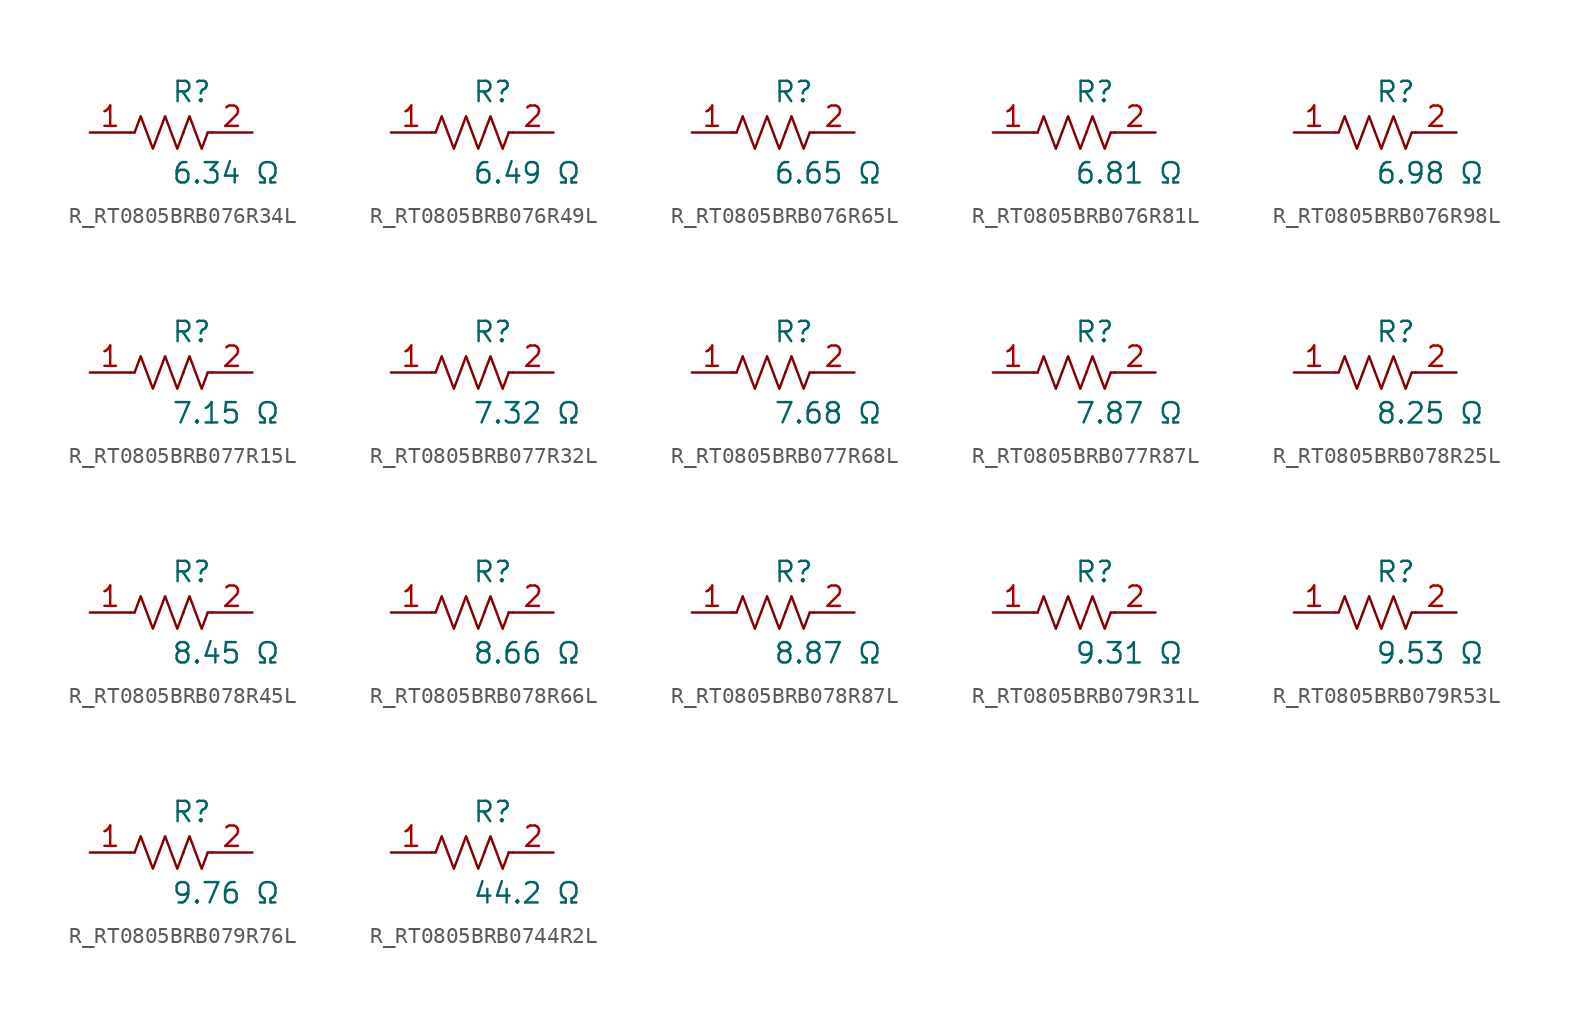
<source format=kicad_sym>
(kicad_symbol_lib
  (version 20231120)
  (generator kicad_symbol_editor)
  (generator_version 8.0)
  (symbol "R_RT0805BRB076R34L"
    (pin_names
      (offset 0.254))
    (property "Reference" "R"
      (at 0.0 2.54 0)
      (effects (font (size 1.27 1.27)) (justify left)))
    (property "Value" "6.34 Ω"
      (at 0.0 -2.54 0)
      (effects (font (size 1.27 1.27)) (justify left)))
    (symbol "R_RT0805BRB076R34L_0_1"
      (polyline (pts (xy 2.286 0) (xy 2.54 0)) (stroke (width 0) (type default)) (fill (type none)))
      (polyline (pts (xy -2.286 0) (xy -2.54 0)) (stroke (width 0) (type default)) (fill (type none)))
      (polyline (pts (xy 0.762 0) (xy 1.143 1.016) (xy 1.524 0) (xy 1.905 -1.016) (xy 2.286 0)) (stroke (width 0) (type default)) (fill (type none)))
      (polyline (pts (xy -0.762 0) (xy -0.381 1.016) (xy 0 0) (xy 0.381 -1.016) (xy 0.762 0)) (stroke (width 0) (type default)) (fill (type none)))
      (polyline (pts (xy -2.286 0) (xy -1.905 1.016) (xy -1.524 0) (xy -1.143 -1.016) (xy -0.762 0)) (stroke (width 0) (type default)) (fill (type none))))
    (pin unspecified line
      (at -5.08 0 0)
      (length 2.54)
      (name "" (effects (font (size 1.27 1.27))))
      (number "1" (effects (font (size 1.27 1.27)))))
    (pin unspecified line
      (at 5.08 0 180)
      (length 2.54)
      (name "" (effects (font (size 1.27 1.27))))
      (number "2" (effects (font (size 1.27 1.27))))))
  (symbol "R_RT0805BRB076R49L"
    (pin_names
      (offset 0.254))
    (property "Reference" "R"
      (at 0.0 2.54 0)
      (effects (font (size 1.27 1.27)) (justify left)))
    (property "Value" "6.49 Ω"
      (at 0.0 -2.54 0)
      (effects (font (size 1.27 1.27)) (justify left)))
    (symbol "R_RT0805BRB076R49L_0_1"
      (polyline (pts (xy 2.286 0) (xy 2.54 0)) (stroke (width 0) (type default)) (fill (type none)))
      (polyline (pts (xy -2.286 0) (xy -2.54 0)) (stroke (width 0) (type default)) (fill (type none)))
      (polyline (pts (xy 0.762 0) (xy 1.143 1.016) (xy 1.524 0) (xy 1.905 -1.016) (xy 2.286 0)) (stroke (width 0) (type default)) (fill (type none)))
      (polyline (pts (xy -0.762 0) (xy -0.381 1.016) (xy 0 0) (xy 0.381 -1.016) (xy 0.762 0)) (stroke (width 0) (type default)) (fill (type none)))
      (polyline (pts (xy -2.286 0) (xy -1.905 1.016) (xy -1.524 0) (xy -1.143 -1.016) (xy -0.762 0)) (stroke (width 0) (type default)) (fill (type none))))
    (pin unspecified line
      (at -5.08 0 0)
      (length 2.54)
      (name "" (effects (font (size 1.27 1.27))))
      (number "1" (effects (font (size 1.27 1.27)))))
    (pin unspecified line
      (at 5.08 0 180)
      (length 2.54)
      (name "" (effects (font (size 1.27 1.27))))
      (number "2" (effects (font (size 1.27 1.27))))))
  (symbol "R_RT0805BRB076R65L"
    (pin_names
      (offset 0.254))
    (property "Reference" "R"
      (at 0.0 2.54 0)
      (effects (font (size 1.27 1.27)) (justify left)))
    (property "Value" "6.65 Ω"
      (at 0.0 -2.54 0)
      (effects (font (size 1.27 1.27)) (justify left)))
    (symbol "R_RT0805BRB076R65L_0_1"
      (polyline (pts (xy 2.286 0) (xy 2.54 0)) (stroke (width 0) (type default)) (fill (type none)))
      (polyline (pts (xy -2.286 0) (xy -2.54 0)) (stroke (width 0) (type default)) (fill (type none)))
      (polyline (pts (xy 0.762 0) (xy 1.143 1.016) (xy 1.524 0) (xy 1.905 -1.016) (xy 2.286 0)) (stroke (width 0) (type default)) (fill (type none)))
      (polyline (pts (xy -0.762 0) (xy -0.381 1.016) (xy 0 0) (xy 0.381 -1.016) (xy 0.762 0)) (stroke (width 0) (type default)) (fill (type none)))
      (polyline (pts (xy -2.286 0) (xy -1.905 1.016) (xy -1.524 0) (xy -1.143 -1.016) (xy -0.762 0)) (stroke (width 0) (type default)) (fill (type none))))
    (pin unspecified line
      (at -5.08 0 0)
      (length 2.54)
      (name "" (effects (font (size 1.27 1.27))))
      (number "1" (effects (font (size 1.27 1.27)))))
    (pin unspecified line
      (at 5.08 0 180)
      (length 2.54)
      (name "" (effects (font (size 1.27 1.27))))
      (number "2" (effects (font (size 1.27 1.27))))))
  (symbol "R_RT0805BRB076R81L"
    (pin_names
      (offset 0.254))
    (property "Reference" "R"
      (at 0.0 2.54 0)
      (effects (font (size 1.27 1.27)) (justify left)))
    (property "Value" "6.81 Ω"
      (at 0.0 -2.54 0)
      (effects (font (size 1.27 1.27)) (justify left)))
    (symbol "R_RT0805BRB076R81L_0_1"
      (polyline (pts (xy 2.286 0) (xy 2.54 0)) (stroke (width 0) (type default)) (fill (type none)))
      (polyline (pts (xy -2.286 0) (xy -2.54 0)) (stroke (width 0) (type default)) (fill (type none)))
      (polyline (pts (xy 0.762 0) (xy 1.143 1.016) (xy 1.524 0) (xy 1.905 -1.016) (xy 2.286 0)) (stroke (width 0) (type default)) (fill (type none)))
      (polyline (pts (xy -0.762 0) (xy -0.381 1.016) (xy 0 0) (xy 0.381 -1.016) (xy 0.762 0)) (stroke (width 0) (type default)) (fill (type none)))
      (polyline (pts (xy -2.286 0) (xy -1.905 1.016) (xy -1.524 0) (xy -1.143 -1.016) (xy -0.762 0)) (stroke (width 0) (type default)) (fill (type none))))
    (pin unspecified line
      (at -5.08 0 0)
      (length 2.54)
      (name "" (effects (font (size 1.27 1.27))))
      (number "1" (effects (font (size 1.27 1.27)))))
    (pin unspecified line
      (at 5.08 0 180)
      (length 2.54)
      (name "" (effects (font (size 1.27 1.27))))
      (number "2" (effects (font (size 1.27 1.27))))))
  (symbol "R_RT0805BRB076R98L"
    (pin_names
      (offset 0.254))
    (property "Reference" "R"
      (at 0.0 2.54 0)
      (effects (font (size 1.27 1.27)) (justify left)))
    (property "Value" "6.98 Ω"
      (at 0.0 -2.54 0)
      (effects (font (size 1.27 1.27)) (justify left)))
    (symbol "R_RT0805BRB076R98L_0_1"
      (polyline (pts (xy 2.286 0) (xy 2.54 0)) (stroke (width 0) (type default)) (fill (type none)))
      (polyline (pts (xy -2.286 0) (xy -2.54 0)) (stroke (width 0) (type default)) (fill (type none)))
      (polyline (pts (xy 0.762 0) (xy 1.143 1.016) (xy 1.524 0) (xy 1.905 -1.016) (xy 2.286 0)) (stroke (width 0) (type default)) (fill (type none)))
      (polyline (pts (xy -0.762 0) (xy -0.381 1.016) (xy 0 0) (xy 0.381 -1.016) (xy 0.762 0)) (stroke (width 0) (type default)) (fill (type none)))
      (polyline (pts (xy -2.286 0) (xy -1.905 1.016) (xy -1.524 0) (xy -1.143 -1.016) (xy -0.762 0)) (stroke (width 0) (type default)) (fill (type none))))
    (pin unspecified line
      (at -5.08 0 0)
      (length 2.54)
      (name "" (effects (font (size 1.27 1.27))))
      (number "1" (effects (font (size 1.27 1.27)))))
    (pin unspecified line
      (at 5.08 0 180)
      (length 2.54)
      (name "" (effects (font (size 1.27 1.27))))
      (number "2" (effects (font (size 1.27 1.27))))))
  (symbol "R_RT0805BRB077R15L"
    (pin_names
      (offset 0.254))
    (property "Reference" "R"
      (at 0.0 2.54 0)
      (effects (font (size 1.27 1.27)) (justify left)))
    (property "Value" "7.15 Ω"
      (at 0.0 -2.54 0)
      (effects (font (size 1.27 1.27)) (justify left)))
    (symbol "R_RT0805BRB077R15L_0_1"
      (polyline (pts (xy 2.286 0) (xy 2.54 0)) (stroke (width 0) (type default)) (fill (type none)))
      (polyline (pts (xy -2.286 0) (xy -2.54 0)) (stroke (width 0) (type default)) (fill (type none)))
      (polyline (pts (xy 0.762 0) (xy 1.143 1.016) (xy 1.524 0) (xy 1.905 -1.016) (xy 2.286 0)) (stroke (width 0) (type default)) (fill (type none)))
      (polyline (pts (xy -0.762 0) (xy -0.381 1.016) (xy 0 0) (xy 0.381 -1.016) (xy 0.762 0)) (stroke (width 0) (type default)) (fill (type none)))
      (polyline (pts (xy -2.286 0) (xy -1.905 1.016) (xy -1.524 0) (xy -1.143 -1.016) (xy -0.762 0)) (stroke (width 0) (type default)) (fill (type none))))
    (pin unspecified line
      (at -5.08 0 0)
      (length 2.54)
      (name "" (effects (font (size 1.27 1.27))))
      (number "1" (effects (font (size 1.27 1.27)))))
    (pin unspecified line
      (at 5.08 0 180)
      (length 2.54)
      (name "" (effects (font (size 1.27 1.27))))
      (number "2" (effects (font (size 1.27 1.27))))))
  (symbol "R_RT0805BRB077R32L"
    (pin_names
      (offset 0.254))
    (property "Reference" "R"
      (at 0.0 2.54 0)
      (effects (font (size 1.27 1.27)) (justify left)))
    (property "Value" "7.32 Ω"
      (at 0.0 -2.54 0)
      (effects (font (size 1.27 1.27)) (justify left)))
    (symbol "R_RT0805BRB077R32L_0_1"
      (polyline (pts (xy 2.286 0) (xy 2.54 0)) (stroke (width 0) (type default)) (fill (type none)))
      (polyline (pts (xy -2.286 0) (xy -2.54 0)) (stroke (width 0) (type default)) (fill (type none)))
      (polyline (pts (xy 0.762 0) (xy 1.143 1.016) (xy 1.524 0) (xy 1.905 -1.016) (xy 2.286 0)) (stroke (width 0) (type default)) (fill (type none)))
      (polyline (pts (xy -0.762 0) (xy -0.381 1.016) (xy 0 0) (xy 0.381 -1.016) (xy 0.762 0)) (stroke (width 0) (type default)) (fill (type none)))
      (polyline (pts (xy -2.286 0) (xy -1.905 1.016) (xy -1.524 0) (xy -1.143 -1.016) (xy -0.762 0)) (stroke (width 0) (type default)) (fill (type none))))
    (pin unspecified line
      (at -5.08 0 0)
      (length 2.54)
      (name "" (effects (font (size 1.27 1.27))))
      (number "1" (effects (font (size 1.27 1.27)))))
    (pin unspecified line
      (at 5.08 0 180)
      (length 2.54)
      (name "" (effects (font (size 1.27 1.27))))
      (number "2" (effects (font (size 1.27 1.27))))))
  (symbol "R_RT0805BRB077R68L"
    (pin_names
      (offset 0.254))
    (property "Reference" "R"
      (at 0.0 2.54 0)
      (effects (font (size 1.27 1.27)) (justify left)))
    (property "Value" "7.68 Ω"
      (at 0.0 -2.54 0)
      (effects (font (size 1.27 1.27)) (justify left)))
    (symbol "R_RT0805BRB077R68L_0_1"
      (polyline (pts (xy 2.286 0) (xy 2.54 0)) (stroke (width 0) (type default)) (fill (type none)))
      (polyline (pts (xy -2.286 0) (xy -2.54 0)) (stroke (width 0) (type default)) (fill (type none)))
      (polyline (pts (xy 0.762 0) (xy 1.143 1.016) (xy 1.524 0) (xy 1.905 -1.016) (xy 2.286 0)) (stroke (width 0) (type default)) (fill (type none)))
      (polyline (pts (xy -0.762 0) (xy -0.381 1.016) (xy 0 0) (xy 0.381 -1.016) (xy 0.762 0)) (stroke (width 0) (type default)) (fill (type none)))
      (polyline (pts (xy -2.286 0) (xy -1.905 1.016) (xy -1.524 0) (xy -1.143 -1.016) (xy -0.762 0)) (stroke (width 0) (type default)) (fill (type none))))
    (pin unspecified line
      (at -5.08 0 0)
      (length 2.54)
      (name "" (effects (font (size 1.27 1.27))))
      (number "1" (effects (font (size 1.27 1.27)))))
    (pin unspecified line
      (at 5.08 0 180)
      (length 2.54)
      (name "" (effects (font (size 1.27 1.27))))
      (number "2" (effects (font (size 1.27 1.27))))))
  (symbol "R_RT0805BRB077R87L"
    (pin_names
      (offset 0.254))
    (property "Reference" "R"
      (at 0.0 2.54 0)
      (effects (font (size 1.27 1.27)) (justify left)))
    (property "Value" "7.87 Ω"
      (at 0.0 -2.54 0)
      (effects (font (size 1.27 1.27)) (justify left)))
    (symbol "R_RT0805BRB077R87L_0_1"
      (polyline (pts (xy 2.286 0) (xy 2.54 0)) (stroke (width 0) (type default)) (fill (type none)))
      (polyline (pts (xy -2.286 0) (xy -2.54 0)) (stroke (width 0) (type default)) (fill (type none)))
      (polyline (pts (xy 0.762 0) (xy 1.143 1.016) (xy 1.524 0) (xy 1.905 -1.016) (xy 2.286 0)) (stroke (width 0) (type default)) (fill (type none)))
      (polyline (pts (xy -0.762 0) (xy -0.381 1.016) (xy 0 0) (xy 0.381 -1.016) (xy 0.762 0)) (stroke (width 0) (type default)) (fill (type none)))
      (polyline (pts (xy -2.286 0) (xy -1.905 1.016) (xy -1.524 0) (xy -1.143 -1.016) (xy -0.762 0)) (stroke (width 0) (type default)) (fill (type none))))
    (pin unspecified line
      (at -5.08 0 0)
      (length 2.54)
      (name "" (effects (font (size 1.27 1.27))))
      (number "1" (effects (font (size 1.27 1.27)))))
    (pin unspecified line
      (at 5.08 0 180)
      (length 2.54)
      (name "" (effects (font (size 1.27 1.27))))
      (number "2" (effects (font (size 1.27 1.27))))))
  (symbol "R_RT0805BRB078R25L"
    (pin_names
      (offset 0.254))
    (property "Reference" "R"
      (at 0.0 2.54 0)
      (effects (font (size 1.27 1.27)) (justify left)))
    (property "Value" "8.25 Ω"
      (at 0.0 -2.54 0)
      (effects (font (size 1.27 1.27)) (justify left)))
    (symbol "R_RT0805BRB078R25L_0_1"
      (polyline (pts (xy 2.286 0) (xy 2.54 0)) (stroke (width 0) (type default)) (fill (type none)))
      (polyline (pts (xy -2.286 0) (xy -2.54 0)) (stroke (width 0) (type default)) (fill (type none)))
      (polyline (pts (xy 0.762 0) (xy 1.143 1.016) (xy 1.524 0) (xy 1.905 -1.016) (xy 2.286 0)) (stroke (width 0) (type default)) (fill (type none)))
      (polyline (pts (xy -0.762 0) (xy -0.381 1.016) (xy 0 0) (xy 0.381 -1.016) (xy 0.762 0)) (stroke (width 0) (type default)) (fill (type none)))
      (polyline (pts (xy -2.286 0) (xy -1.905 1.016) (xy -1.524 0) (xy -1.143 -1.016) (xy -0.762 0)) (stroke (width 0) (type default)) (fill (type none))))
    (pin unspecified line
      (at -5.08 0 0)
      (length 2.54)
      (name "" (effects (font (size 1.27 1.27))))
      (number "1" (effects (font (size 1.27 1.27)))))
    (pin unspecified line
      (at 5.08 0 180)
      (length 2.54)
      (name "" (effects (font (size 1.27 1.27))))
      (number "2" (effects (font (size 1.27 1.27))))))
  (symbol "R_RT0805BRB078R45L"
    (pin_names
      (offset 0.254))
    (property "Reference" "R"
      (at 0.0 2.54 0)
      (effects (font (size 1.27 1.27)) (justify left)))
    (property "Value" "8.45 Ω"
      (at 0.0 -2.54 0)
      (effects (font (size 1.27 1.27)) (justify left)))
    (symbol "R_RT0805BRB078R45L_0_1"
      (polyline (pts (xy 2.286 0) (xy 2.54 0)) (stroke (width 0) (type default)) (fill (type none)))
      (polyline (pts (xy -2.286 0) (xy -2.54 0)) (stroke (width 0) (type default)) (fill (type none)))
      (polyline (pts (xy 0.762 0) (xy 1.143 1.016) (xy 1.524 0) (xy 1.905 -1.016) (xy 2.286 0)) (stroke (width 0) (type default)) (fill (type none)))
      (polyline (pts (xy -0.762 0) (xy -0.381 1.016) (xy 0 0) (xy 0.381 -1.016) (xy 0.762 0)) (stroke (width 0) (type default)) (fill (type none)))
      (polyline (pts (xy -2.286 0) (xy -1.905 1.016) (xy -1.524 0) (xy -1.143 -1.016) (xy -0.762 0)) (stroke (width 0) (type default)) (fill (type none))))
    (pin unspecified line
      (at -5.08 0 0)
      (length 2.54)
      (name "" (effects (font (size 1.27 1.27))))
      (number "1" (effects (font (size 1.27 1.27)))))
    (pin unspecified line
      (at 5.08 0 180)
      (length 2.54)
      (name "" (effects (font (size 1.27 1.27))))
      (number "2" (effects (font (size 1.27 1.27))))))
  (symbol "R_RT0805BRB078R66L"
    (pin_names
      (offset 0.254))
    (property "Reference" "R"
      (at 0.0 2.54 0)
      (effects (font (size 1.27 1.27)) (justify left)))
    (property "Value" "8.66 Ω"
      (at 0.0 -2.54 0)
      (effects (font (size 1.27 1.27)) (justify left)))
    (symbol "R_RT0805BRB078R66L_0_1"
      (polyline (pts (xy 2.286 0) (xy 2.54 0)) (stroke (width 0) (type default)) (fill (type none)))
      (polyline (pts (xy -2.286 0) (xy -2.54 0)) (stroke (width 0) (type default)) (fill (type none)))
      (polyline (pts (xy 0.762 0) (xy 1.143 1.016) (xy 1.524 0) (xy 1.905 -1.016) (xy 2.286 0)) (stroke (width 0) (type default)) (fill (type none)))
      (polyline (pts (xy -0.762 0) (xy -0.381 1.016) (xy 0 0) (xy 0.381 -1.016) (xy 0.762 0)) (stroke (width 0) (type default)) (fill (type none)))
      (polyline (pts (xy -2.286 0) (xy -1.905 1.016) (xy -1.524 0) (xy -1.143 -1.016) (xy -0.762 0)) (stroke (width 0) (type default)) (fill (type none))))
    (pin unspecified line
      (at -5.08 0 0)
      (length 2.54)
      (name "" (effects (font (size 1.27 1.27))))
      (number "1" (effects (font (size 1.27 1.27)))))
    (pin unspecified line
      (at 5.08 0 180)
      (length 2.54)
      (name "" (effects (font (size 1.27 1.27))))
      (number "2" (effects (font (size 1.27 1.27))))))
  (symbol "R_RT0805BRB078R87L"
    (pin_names
      (offset 0.254))
    (property "Reference" "R"
      (at 0.0 2.54 0)
      (effects (font (size 1.27 1.27)) (justify left)))
    (property "Value" "8.87 Ω"
      (at 0.0 -2.54 0)
      (effects (font (size 1.27 1.27)) (justify left)))
    (symbol "R_RT0805BRB078R87L_0_1"
      (polyline (pts (xy 2.286 0) (xy 2.54 0)) (stroke (width 0) (type default)) (fill (type none)))
      (polyline (pts (xy -2.286 0) (xy -2.54 0)) (stroke (width 0) (type default)) (fill (type none)))
      (polyline (pts (xy 0.762 0) (xy 1.143 1.016) (xy 1.524 0) (xy 1.905 -1.016) (xy 2.286 0)) (stroke (width 0) (type default)) (fill (type none)))
      (polyline (pts (xy -0.762 0) (xy -0.381 1.016) (xy 0 0) (xy 0.381 -1.016) (xy 0.762 0)) (stroke (width 0) (type default)) (fill (type none)))
      (polyline (pts (xy -2.286 0) (xy -1.905 1.016) (xy -1.524 0) (xy -1.143 -1.016) (xy -0.762 0)) (stroke (width 0) (type default)) (fill (type none))))
    (pin unspecified line
      (at -5.08 0 0)
      (length 2.54)
      (name "" (effects (font (size 1.27 1.27))))
      (number "1" (effects (font (size 1.27 1.27)))))
    (pin unspecified line
      (at 5.08 0 180)
      (length 2.54)
      (name "" (effects (font (size 1.27 1.27))))
      (number "2" (effects (font (size 1.27 1.27))))))
  (symbol "R_RT0805BRB079R31L"
    (pin_names
      (offset 0.254))
    (property "Reference" "R"
      (at 0.0 2.54 0)
      (effects (font (size 1.27 1.27)) (justify left)))
    (property "Value" "9.31 Ω"
      (at 0.0 -2.54 0)
      (effects (font (size 1.27 1.27)) (justify left)))
    (symbol "R_RT0805BRB079R31L_0_1"
      (polyline (pts (xy 2.286 0) (xy 2.54 0)) (stroke (width 0) (type default)) (fill (type none)))
      (polyline (pts (xy -2.286 0) (xy -2.54 0)) (stroke (width 0) (type default)) (fill (type none)))
      (polyline (pts (xy 0.762 0) (xy 1.143 1.016) (xy 1.524 0) (xy 1.905 -1.016) (xy 2.286 0)) (stroke (width 0) (type default)) (fill (type none)))
      (polyline (pts (xy -0.762 0) (xy -0.381 1.016) (xy 0 0) (xy 0.381 -1.016) (xy 0.762 0)) (stroke (width 0) (type default)) (fill (type none)))
      (polyline (pts (xy -2.286 0) (xy -1.905 1.016) (xy -1.524 0) (xy -1.143 -1.016) (xy -0.762 0)) (stroke (width 0) (type default)) (fill (type none))))
    (pin unspecified line
      (at -5.08 0 0)
      (length 2.54)
      (name "" (effects (font (size 1.27 1.27))))
      (number "1" (effects (font (size 1.27 1.27)))))
    (pin unspecified line
      (at 5.08 0 180)
      (length 2.54)
      (name "" (effects (font (size 1.27 1.27))))
      (number "2" (effects (font (size 1.27 1.27))))))
  (symbol "R_RT0805BRB079R53L"
    (pin_names
      (offset 0.254))
    (property "Reference" "R"
      (at 0.0 2.54 0)
      (effects (font (size 1.27 1.27)) (justify left)))
    (property "Value" "9.53 Ω"
      (at 0.0 -2.54 0)
      (effects (font (size 1.27 1.27)) (justify left)))
    (symbol "R_RT0805BRB079R53L_0_1"
      (polyline (pts (xy 2.286 0) (xy 2.54 0)) (stroke (width 0) (type default)) (fill (type none)))
      (polyline (pts (xy -2.286 0) (xy -2.54 0)) (stroke (width 0) (type default)) (fill (type none)))
      (polyline (pts (xy 0.762 0) (xy 1.143 1.016) (xy 1.524 0) (xy 1.905 -1.016) (xy 2.286 0)) (stroke (width 0) (type default)) (fill (type none)))
      (polyline (pts (xy -0.762 0) (xy -0.381 1.016) (xy 0 0) (xy 0.381 -1.016) (xy 0.762 0)) (stroke (width 0) (type default)) (fill (type none)))
      (polyline (pts (xy -2.286 0) (xy -1.905 1.016) (xy -1.524 0) (xy -1.143 -1.016) (xy -0.762 0)) (stroke (width 0) (type default)) (fill (type none))))
    (pin unspecified line
      (at -5.08 0 0)
      (length 2.54)
      (name "" (effects (font (size 1.27 1.27))))
      (number "1" (effects (font (size 1.27 1.27)))))
    (pin unspecified line
      (at 5.08 0 180)
      (length 2.54)
      (name "" (effects (font (size 1.27 1.27))))
      (number "2" (effects (font (size 1.27 1.27))))))
  (symbol "R_RT0805BRB079R76L"
    (pin_names
      (offset 0.254))
    (property "Reference" "R"
      (at 0.0 2.54 0)
      (effects (font (size 1.27 1.27)) (justify left)))
    (property "Value" "9.76 Ω"
      (at 0.0 -2.54 0)
      (effects (font (size 1.27 1.27)) (justify left)))
    (symbol "R_RT0805BRB079R76L_0_1"
      (polyline (pts (xy 2.286 0) (xy 2.54 0)) (stroke (width 0) (type default)) (fill (type none)))
      (polyline (pts (xy -2.286 0) (xy -2.54 0)) (stroke (width 0) (type default)) (fill (type none)))
      (polyline (pts (xy 0.762 0) (xy 1.143 1.016) (xy 1.524 0) (xy 1.905 -1.016) (xy 2.286 0)) (stroke (width 0) (type default)) (fill (type none)))
      (polyline (pts (xy -0.762 0) (xy -0.381 1.016) (xy 0 0) (xy 0.381 -1.016) (xy 0.762 0)) (stroke (width 0) (type default)) (fill (type none)))
      (polyline (pts (xy -2.286 0) (xy -1.905 1.016) (xy -1.524 0) (xy -1.143 -1.016) (xy -0.762 0)) (stroke (width 0) (type default)) (fill (type none))))
    (pin unspecified line
      (at -5.08 0 0)
      (length 2.54)
      (name "" (effects (font (size 1.27 1.27))))
      (number "1" (effects (font (size 1.27 1.27)))))
    (pin unspecified line
      (at 5.08 0 180)
      (length 2.54)
      (name "" (effects (font (size 1.27 1.27))))
      (number "2" (effects (font (size 1.27 1.27))))))
  (symbol "R_RT0805BRB0744R2L"
    (pin_names
      (offset 0.254))
    (property "Reference" "R"
      (at 0.0 2.54 0)
      (effects (font (size 1.27 1.27)) (justify left)))
    (property "Value" "44.2 Ω"
      (at 0.0 -2.54 0)
      (effects (font (size 1.27 1.27)) (justify left)))
    (symbol "R_RT0805BRB0744R2L_0_1"
      (polyline (pts (xy 2.286 0) (xy 2.54 0)) (stroke (width 0) (type default)) (fill (type none)))
      (polyline (pts (xy -2.286 0) (xy -2.54 0)) (stroke (width 0) (type default)) (fill (type none)))
      (polyline (pts (xy 0.762 0) (xy 1.143 1.016) (xy 1.524 0) (xy 1.905 -1.016) (xy 2.286 0)) (stroke (width 0) (type default)) (fill (type none)))
      (polyline (pts (xy -0.762 0) (xy -0.381 1.016) (xy 0 0) (xy 0.381 -1.016) (xy 0.762 0)) (stroke (width 0) (type default)) (fill (type none)))
      (polyline (pts (xy -2.286 0) (xy -1.905 1.016) (xy -1.524 0) (xy -1.143 -1.016) (xy -0.762 0)) (stroke (width 0) (type default)) (fill (type none))))
    (pin unspecified line
      (at -5.08 0 0)
      (length 2.54)
      (name "" (effects (font (size 1.27 1.27))))
      (number "1" (effects (font (size 1.27 1.27)))))
    (pin unspecified line
      (at 5.08 0 180)
      (length 2.54)
      (name "" (effects (font (size 1.27 1.27))))
      (number "2" (effects (font (size 1.27 1.27)))))))
</source>
